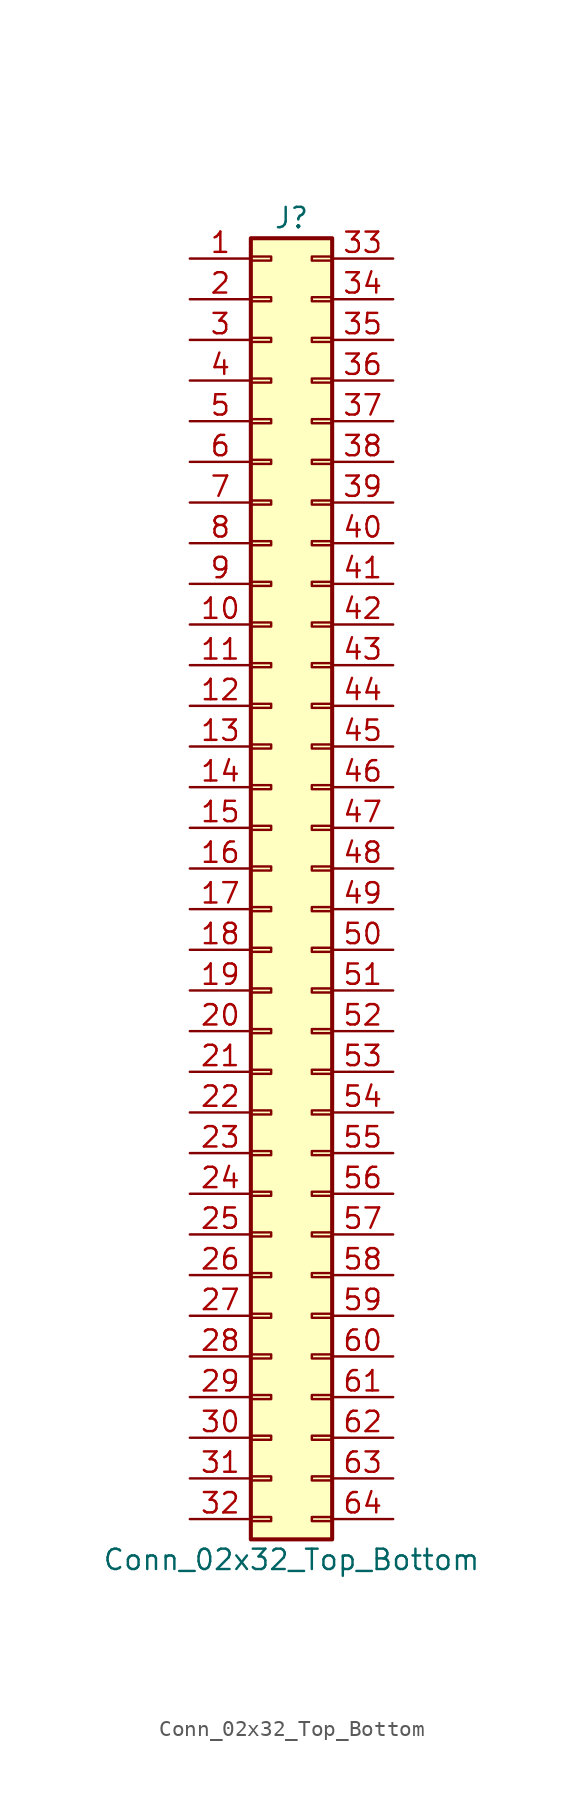
<source format=kicad_sym>
(kicad_symbol_lib
  (version 20201005)
  (generator kicad_symbol_editor)
  (symbol "Conn_02x32_Top_Bottom"
    (pin_names
      (offset 1.016) hide)
    (property "Reference" "J"
      (at 1.27 40.64 0)
      (effects (font (size 1.27 1.27))))
    (property "Value" "Conn_02x32_Top_Bottom"
      (at 1.27 -43.18 0)
      (effects (font (size 1.27 1.27))))
    (symbol "Conn_02x32_Top_Bottom_1_1"
      (rectangle (start -1.27 -40.513) (end 0 -40.767) (stroke (width 0.152)) (fill (type none)))
      (rectangle (start -1.27 -37.973) (end 0 -38.227) (stroke (width 0.152)) (fill (type none)))
      (rectangle (start -1.27 -35.433) (end 0 -35.687) (stroke (width 0.152)) (fill (type none)))
      (rectangle (start -1.27 -32.893) (end 0 -33.147) (stroke (width 0.152)) (fill (type none)))
      (rectangle (start -1.27 -30.353) (end 0 -30.607) (stroke (width 0.152)) (fill (type none)))
      (rectangle (start -1.27 -27.813) (end 0 -28.067) (stroke (width 0.152)) (fill (type none)))
      (rectangle (start -1.27 -25.273) (end 0 -25.527) (stroke (width 0.152)) (fill (type none)))
      (rectangle (start -1.27 -22.733) (end 0 -22.987) (stroke (width 0.152)) (fill (type none)))
      (rectangle (start -1.27 -20.193) (end 0 -20.447) (stroke (width 0.152)) (fill (type none)))
      (rectangle (start -1.27 -17.653) (end 0 -17.907) (stroke (width 0.152)) (fill (type none)))
      (rectangle (start -1.27 -15.113) (end 0 -15.367) (stroke (width 0.152)) (fill (type none)))
      (rectangle (start -1.27 -12.573) (end 0 -12.827) (stroke (width 0.152)) (fill (type none)))
      (rectangle (start -1.27 -10.033) (end 0 -10.287) (stroke (width 0.152)) (fill (type none)))
      (rectangle (start -1.27 -7.493) (end 0 -7.747) (stroke (width 0.152)) (fill (type none)))
      (rectangle (start -1.27 -4.953) (end 0 -5.207) (stroke (width 0.152)) (fill (type none)))
      (rectangle (start -1.27 -2.413) (end 0 -2.667) (stroke (width 0.152)) (fill (type none)))
      (rectangle (start -1.27 0.127) (end 0 -0.127) (stroke (width 0.152)) (fill (type none)))
      (rectangle (start -1.27 2.667) (end 0 2.413) (stroke (width 0.152)) (fill (type none)))
      (rectangle (start -1.27 5.207) (end 0 4.953) (stroke (width 0.152)) (fill (type none)))
      (rectangle (start -1.27 7.747) (end 0 7.493) (stroke (width 0.152)) (fill (type none)))
      (rectangle (start -1.27 10.287) (end 0 10.033) (stroke (width 0.152)) (fill (type none)))
      (rectangle (start -1.27 12.827) (end 0 12.573) (stroke (width 0.152)) (fill (type none)))
      (rectangle (start -1.27 15.367) (end 0 15.113) (stroke (width 0.152)) (fill (type none)))
      (rectangle (start -1.27 17.907) (end 0 17.653) (stroke (width 0.152)) (fill (type none)))
      (rectangle (start -1.27 20.447) (end 0 20.193) (stroke (width 0.152)) (fill (type none)))
      (rectangle (start -1.27 22.987) (end 0 22.733) (stroke (width 0.152)) (fill (type none)))
      (rectangle (start -1.27 25.527) (end 0 25.273) (stroke (width 0.152)) (fill (type none)))
      (rectangle (start -1.27 28.067) (end 0 27.813) (stroke (width 0.152)) (fill (type none)))
      (rectangle (start -1.27 30.607) (end 0 30.353) (stroke (width 0.152)) (fill (type none)))
      (rectangle (start -1.27 33.147) (end 0 32.893) (stroke (width 0.152)) (fill (type none)))
      (rectangle (start -1.27 35.687) (end 0 35.433) (stroke (width 0.152)) (fill (type none)))
      (rectangle (start -1.27 38.227) (end 0 37.973) (stroke (width 0.152)) (fill (type none)))
      (rectangle (start -1.27 39.37) (end 3.81 -41.91) (stroke (width 0.254)) (fill (type background)))
      (rectangle (start 3.81 -40.513) (end 2.54 -40.767) (stroke (width 0.152)) (fill (type none)))
      (rectangle (start 3.81 -37.973) (end 2.54 -38.227) (stroke (width 0.152)) (fill (type none)))
      (rectangle (start 3.81 -35.433) (end 2.54 -35.687) (stroke (width 0.152)) (fill (type none)))
      (rectangle (start 3.81 -32.893) (end 2.54 -33.147) (stroke (width 0.152)) (fill (type none)))
      (rectangle (start 3.81 -30.353) (end 2.54 -30.607) (stroke (width 0.152)) (fill (type none)))
      (rectangle (start 3.81 -27.813) (end 2.54 -28.067) (stroke (width 0.152)) (fill (type none)))
      (rectangle (start 3.81 -25.273) (end 2.54 -25.527) (stroke (width 0.152)) (fill (type none)))
      (rectangle (start 3.81 -22.733) (end 2.54 -22.987) (stroke (width 0.152)) (fill (type none)))
      (rectangle (start 3.81 -20.193) (end 2.54 -20.447) (stroke (width 0.152)) (fill (type none)))
      (rectangle (start 3.81 -17.653) (end 2.54 -17.907) (stroke (width 0.152)) (fill (type none)))
      (rectangle (start 3.81 -15.113) (end 2.54 -15.367) (stroke (width 0.152)) (fill (type none)))
      (rectangle (start 3.81 -12.573) (end 2.54 -12.827) (stroke (width 0.152)) (fill (type none)))
      (rectangle (start 3.81 -10.033) (end 2.54 -10.287) (stroke (width 0.152)) (fill (type none)))
      (rectangle (start 3.81 -7.493) (end 2.54 -7.747) (stroke (width 0.152)) (fill (type none)))
      (rectangle (start 3.81 -4.953) (end 2.54 -5.207) (stroke (width 0.152)) (fill (type none)))
      (rectangle (start 3.81 -2.413) (end 2.54 -2.667) (stroke (width 0.152)) (fill (type none)))
      (rectangle (start 3.81 0.127) (end 2.54 -0.127) (stroke (width 0.152)) (fill (type none)))
      (rectangle (start 3.81 2.667) (end 2.54 2.413) (stroke (width 0.152)) (fill (type none)))
      (rectangle (start 3.81 5.207) (end 2.54 4.953) (stroke (width 0.152)) (fill (type none)))
      (rectangle (start 3.81 7.747) (end 2.54 7.493) (stroke (width 0.152)) (fill (type none)))
      (rectangle (start 3.81 10.287) (end 2.54 10.033) (stroke (width 0.152)) (fill (type none)))
      (rectangle (start 3.81 12.827) (end 2.54 12.573) (stroke (width 0.152)) (fill (type none)))
      (rectangle (start 3.81 15.367) (end 2.54 15.113) (stroke (width 0.152)) (fill (type none)))
      (rectangle (start 3.81 17.907) (end 2.54 17.653) (stroke (width 0.152)) (fill (type none)))
      (rectangle (start 3.81 20.447) (end 2.54 20.193) (stroke (width 0.152)) (fill (type none)))
      (rectangle (start 3.81 22.987) (end 2.54 22.733) (stroke (width 0.152)) (fill (type none)))
      (rectangle (start 3.81 25.527) (end 2.54 25.273) (stroke (width 0.152)) (fill (type none)))
      (rectangle (start 3.81 28.067) (end 2.54 27.813) (stroke (width 0.152)) (fill (type none)))
      (rectangle (start 3.81 30.607) (end 2.54 30.353) (stroke (width 0.152)) (fill (type none)))
      (rectangle (start 3.81 33.147) (end 2.54 32.893) (stroke (width 0.152)) (fill (type none)))
      (rectangle (start 3.81 35.687) (end 2.54 35.433) (stroke (width 0.152)) (fill (type none)))
      (rectangle (start 3.81 38.227) (end 2.54 37.973) (stroke (width 0.152)) (fill (type none)))
      (pin passive line (at -5.08 38.1 0) (length 3.81) (name "Pin_1" (effects (font (size 1.27 1.27)))) (number "1" (effects (font (size 1.27 1.27)))))
      (pin passive line (at -5.08 15.24 0) (length 3.81) (name "Pin_10" (effects (font (size 1.27 1.27)))) (number "10" (effects (font (size 1.27 1.27)))))
      (pin passive line (at -5.08 12.7 0) (length 3.81) (name "Pin_11" (effects (font (size 1.27 1.27)))) (number "11" (effects (font (size 1.27 1.27)))))
      (pin passive line (at -5.08 10.16 0) (length 3.81) (name "Pin_12" (effects (font (size 1.27 1.27)))) (number "12" (effects (font (size 1.27 1.27)))))
      (pin passive line (at -5.08 7.62 0) (length 3.81) (name "Pin_13" (effects (font (size 1.27 1.27)))) (number "13" (effects (font (size 1.27 1.27)))))
      (pin passive line (at -5.08 5.08 0) (length 3.81) (name "Pin_14" (effects (font (size 1.27 1.27)))) (number "14" (effects (font (size 1.27 1.27)))))
      (pin passive line (at -5.08 2.54 0) (length 3.81) (name "Pin_15" (effects (font (size 1.27 1.27)))) (number "15" (effects (font (size 1.27 1.27)))))
      (pin passive line (at -5.08 0 0) (length 3.81) (name "Pin_16" (effects (font (size 1.27 1.27)))) (number "16" (effects (font (size 1.27 1.27)))))
      (pin passive line (at -5.08 -2.54 0) (length 3.81) (name "Pin_17" (effects (font (size 1.27 1.27)))) (number "17" (effects (font (size 1.27 1.27)))))
      (pin passive line (at -5.08 -5.08 0) (length 3.81) (name "Pin_18" (effects (font (size 1.27 1.27)))) (number "18" (effects (font (size 1.27 1.27)))))
      (pin passive line (at -5.08 -7.62 0) (length 3.81) (name "Pin_19" (effects (font (size 1.27 1.27)))) (number "19" (effects (font (size 1.27 1.27)))))
      (pin passive line (at -5.08 35.56 0) (length 3.81) (name "Pin_2" (effects (font (size 1.27 1.27)))) (number "2" (effects (font (size 1.27 1.27)))))
      (pin passive line (at -5.08 -10.16 0) (length 3.81) (name "Pin_20" (effects (font (size 1.27 1.27)))) (number "20" (effects (font (size 1.27 1.27)))))
      (pin passive line (at -5.08 -12.7 0) (length 3.81) (name "Pin_21" (effects (font (size 1.27 1.27)))) (number "21" (effects (font (size 1.27 1.27)))))
      (pin passive line (at -5.08 -15.24 0) (length 3.81) (name "Pin_22" (effects (font (size 1.27 1.27)))) (number "22" (effects (font (size 1.27 1.27)))))
      (pin passive line (at -5.08 -17.78 0) (length 3.81) (name "Pin_23" (effects (font (size 1.27 1.27)))) (number "23" (effects (font (size 1.27 1.27)))))
      (pin passive line (at -5.08 -20.32 0) (length 3.81) (name "Pin_24" (effects (font (size 1.27 1.27)))) (number "24" (effects (font (size 1.27 1.27)))))
      (pin passive line (at -5.08 -22.86 0) (length 3.81) (name "Pin_25" (effects (font (size 1.27 1.27)))) (number "25" (effects (font (size 1.27 1.27)))))
      (pin passive line (at -5.08 -25.4 0) (length 3.81) (name "Pin_26" (effects (font (size 1.27 1.27)))) (number "26" (effects (font (size 1.27 1.27)))))
      (pin passive line (at -5.08 -27.94 0) (length 3.81) (name "Pin_27" (effects (font (size 1.27 1.27)))) (number "27" (effects (font (size 1.27 1.27)))))
      (pin passive line (at -5.08 -30.48 0) (length 3.81) (name "Pin_28" (effects (font (size 1.27 1.27)))) (number "28" (effects (font (size 1.27 1.27)))))
      (pin passive line (at -5.08 -33.02 0) (length 3.81) (name "Pin_29" (effects (font (size 1.27 1.27)))) (number "29" (effects (font (size 1.27 1.27)))))
      (pin passive line (at -5.08 33.02 0) (length 3.81) (name "Pin_3" (effects (font (size 1.27 1.27)))) (number "3" (effects (font (size 1.27 1.27)))))
      (pin passive line (at -5.08 -35.56 0) (length 3.81) (name "Pin_30" (effects (font (size 1.27 1.27)))) (number "30" (effects (font (size 1.27 1.27)))))
      (pin passive line (at -5.08 -38.1 0) (length 3.81) (name "Pin_31" (effects (font (size 1.27 1.27)))) (number "31" (effects (font (size 1.27 1.27)))))
      (pin passive line (at -5.08 -40.64 0) (length 3.81) (name "Pin_32" (effects (font (size 1.27 1.27)))) (number "32" (effects (font (size 1.27 1.27)))))
      (pin passive line (at 7.62 38.1 180) (length 3.81) (name "Pin_33" (effects (font (size 1.27 1.27)))) (number "33" (effects (font (size 1.27 1.27)))))
      (pin passive line (at 7.62 35.56 180) (length 3.81) (name "Pin_34" (effects (font (size 1.27 1.27)))) (number "34" (effects (font (size 1.27 1.27)))))
      (pin passive line (at 7.62 33.02 180) (length 3.81) (name "Pin_35" (effects (font (size 1.27 1.27)))) (number "35" (effects (font (size 1.27 1.27)))))
      (pin passive line (at 7.62 30.48 180) (length 3.81) (name "Pin_36" (effects (font (size 1.27 1.27)))) (number "36" (effects (font (size 1.27 1.27)))))
      (pin passive line (at 7.62 27.94 180) (length 3.81) (name "Pin_37" (effects (font (size 1.27 1.27)))) (number "37" (effects (font (size 1.27 1.27)))))
      (pin passive line (at 7.62 25.4 180) (length 3.81) (name "Pin_38" (effects (font (size 1.27 1.27)))) (number "38" (effects (font (size 1.27 1.27)))))
      (pin passive line (at 7.62 22.86 180) (length 3.81) (name "Pin_39" (effects (font (size 1.27 1.27)))) (number "39" (effects (font (size 1.27 1.27)))))
      (pin passive line (at -5.08 30.48 0) (length 3.81) (name "Pin_4" (effects (font (size 1.27 1.27)))) (number "4" (effects (font (size 1.27 1.27)))))
      (pin passive line (at 7.62 20.32 180) (length 3.81) (name "Pin_40" (effects (font (size 1.27 1.27)))) (number "40" (effects (font (size 1.27 1.27)))))
      (pin passive line (at 7.62 17.78 180) (length 3.81) (name "Pin_41" (effects (font (size 1.27 1.27)))) (number "41" (effects (font (size 1.27 1.27)))))
      (pin passive line (at 7.62 15.24 180) (length 3.81) (name "Pin_42" (effects (font (size 1.27 1.27)))) (number "42" (effects (font (size 1.27 1.27)))))
      (pin passive line (at 7.62 12.7 180) (length 3.81) (name "Pin_43" (effects (font (size 1.27 1.27)))) (number "43" (effects (font (size 1.27 1.27)))))
      (pin passive line (at 7.62 10.16 180) (length 3.81) (name "Pin_44" (effects (font (size 1.27 1.27)))) (number "44" (effects (font (size 1.27 1.27)))))
      (pin passive line (at 7.62 7.62 180) (length 3.81) (name "Pin_45" (effects (font (size 1.27 1.27)))) (number "45" (effects (font (size 1.27 1.27)))))
      (pin passive line (at 7.62 5.08 180) (length 3.81) (name "Pin_46" (effects (font (size 1.27 1.27)))) (number "46" (effects (font (size 1.27 1.27)))))
      (pin passive line (at 7.62 2.54 180) (length 3.81) (name "Pin_47" (effects (font (size 1.27 1.27)))) (number "47" (effects (font (size 1.27 1.27)))))
      (pin passive line (at 7.62 0 180) (length 3.81) (name "Pin_48" (effects (font (size 1.27 1.27)))) (number "48" (effects (font (size 1.27 1.27)))))
      (pin passive line (at 7.62 -2.54 180) (length 3.81) (name "Pin_49" (effects (font (size 1.27 1.27)))) (number "49" (effects (font (size 1.27 1.27)))))
      (pin passive line (at -5.08 27.94 0) (length 3.81) (name "Pin_5" (effects (font (size 1.27 1.27)))) (number "5" (effects (font (size 1.27 1.27)))))
      (pin passive line (at 7.62 -5.08 180) (length 3.81) (name "Pin_50" (effects (font (size 1.27 1.27)))) (number "50" (effects (font (size 1.27 1.27)))))
      (pin passive line (at 7.62 -7.62 180) (length 3.81) (name "Pin_51" (effects (font (size 1.27 1.27)))) (number "51" (effects (font (size 1.27 1.27)))))
      (pin passive line (at 7.62 -10.16 180) (length 3.81) (name "Pin_52" (effects (font (size 1.27 1.27)))) (number "52" (effects (font (size 1.27 1.27)))))
      (pin passive line (at 7.62 -12.7 180) (length 3.81) (name "Pin_53" (effects (font (size 1.27 1.27)))) (number "53" (effects (font (size 1.27 1.27)))))
      (pin passive line (at 7.62 -15.24 180) (length 3.81) (name "Pin_54" (effects (font (size 1.27 1.27)))) (number "54" (effects (font (size 1.27 1.27)))))
      (pin passive line (at 7.62 -17.78 180) (length 3.81) (name "Pin_55" (effects (font (size 1.27 1.27)))) (number "55" (effects (font (size 1.27 1.27)))))
      (pin passive line (at 7.62 -20.32 180) (length 3.81) (name "Pin_56" (effects (font (size 1.27 1.27)))) (number "56" (effects (font (size 1.27 1.27)))))
      (pin passive line (at 7.62 -22.86 180) (length 3.81) (name "Pin_57" (effects (font (size 1.27 1.27)))) (number "57" (effects (font (size 1.27 1.27)))))
      (pin passive line (at 7.62 -25.4 180) (length 3.81) (name "Pin_58" (effects (font (size 1.27 1.27)))) (number "58" (effects (font (size 1.27 1.27)))))
      (pin passive line (at 7.62 -27.94 180) (length 3.81) (name "Pin_59" (effects (font (size 1.27 1.27)))) (number "59" (effects (font (size 1.27 1.27)))))
      (pin passive line (at -5.08 25.4 0) (length 3.81) (name "Pin_6" (effects (font (size 1.27 1.27)))) (number "6" (effects (font (size 1.27 1.27)))))
      (pin passive line (at 7.62 -30.48 180) (length 3.81) (name "Pin_60" (effects (font (size 1.27 1.27)))) (number "60" (effects (font (size 1.27 1.27)))))
      (pin passive line (at 7.62 -33.02 180) (length 3.81) (name "Pin_61" (effects (font (size 1.27 1.27)))) (number "61" (effects (font (size 1.27 1.27)))))
      (pin passive line (at 7.62 -35.56 180) (length 3.81) (name "Pin_62" (effects (font (size 1.27 1.27)))) (number "62" (effects (font (size 1.27 1.27)))))
      (pin passive line (at 7.62 -38.1 180) (length 3.81) (name "Pin_63" (effects (font (size 1.27 1.27)))) (number "63" (effects (font (size 1.27 1.27)))))
      (pin passive line (at 7.62 -40.64 180) (length 3.81) (name "Pin_64" (effects (font (size 1.27 1.27)))) (number "64" (effects (font (size 1.27 1.27)))))
      (pin passive line (at -5.08 22.86 0) (length 3.81) (name "Pin_7" (effects (font (size 1.27 1.27)))) (number "7" (effects (font (size 1.27 1.27)))))
      (pin passive line (at -5.08 20.32 0) (length 3.81) (name "Pin_8" (effects (font (size 1.27 1.27)))) (number "8" (effects (font (size 1.27 1.27)))))
      (pin passive line (at -5.08 17.78 0) (length 3.81) (name "Pin_9" (effects (font (size 1.27 1.27)))) (number "9" (effects (font (size 1.27 1.27))))))))
</source>
